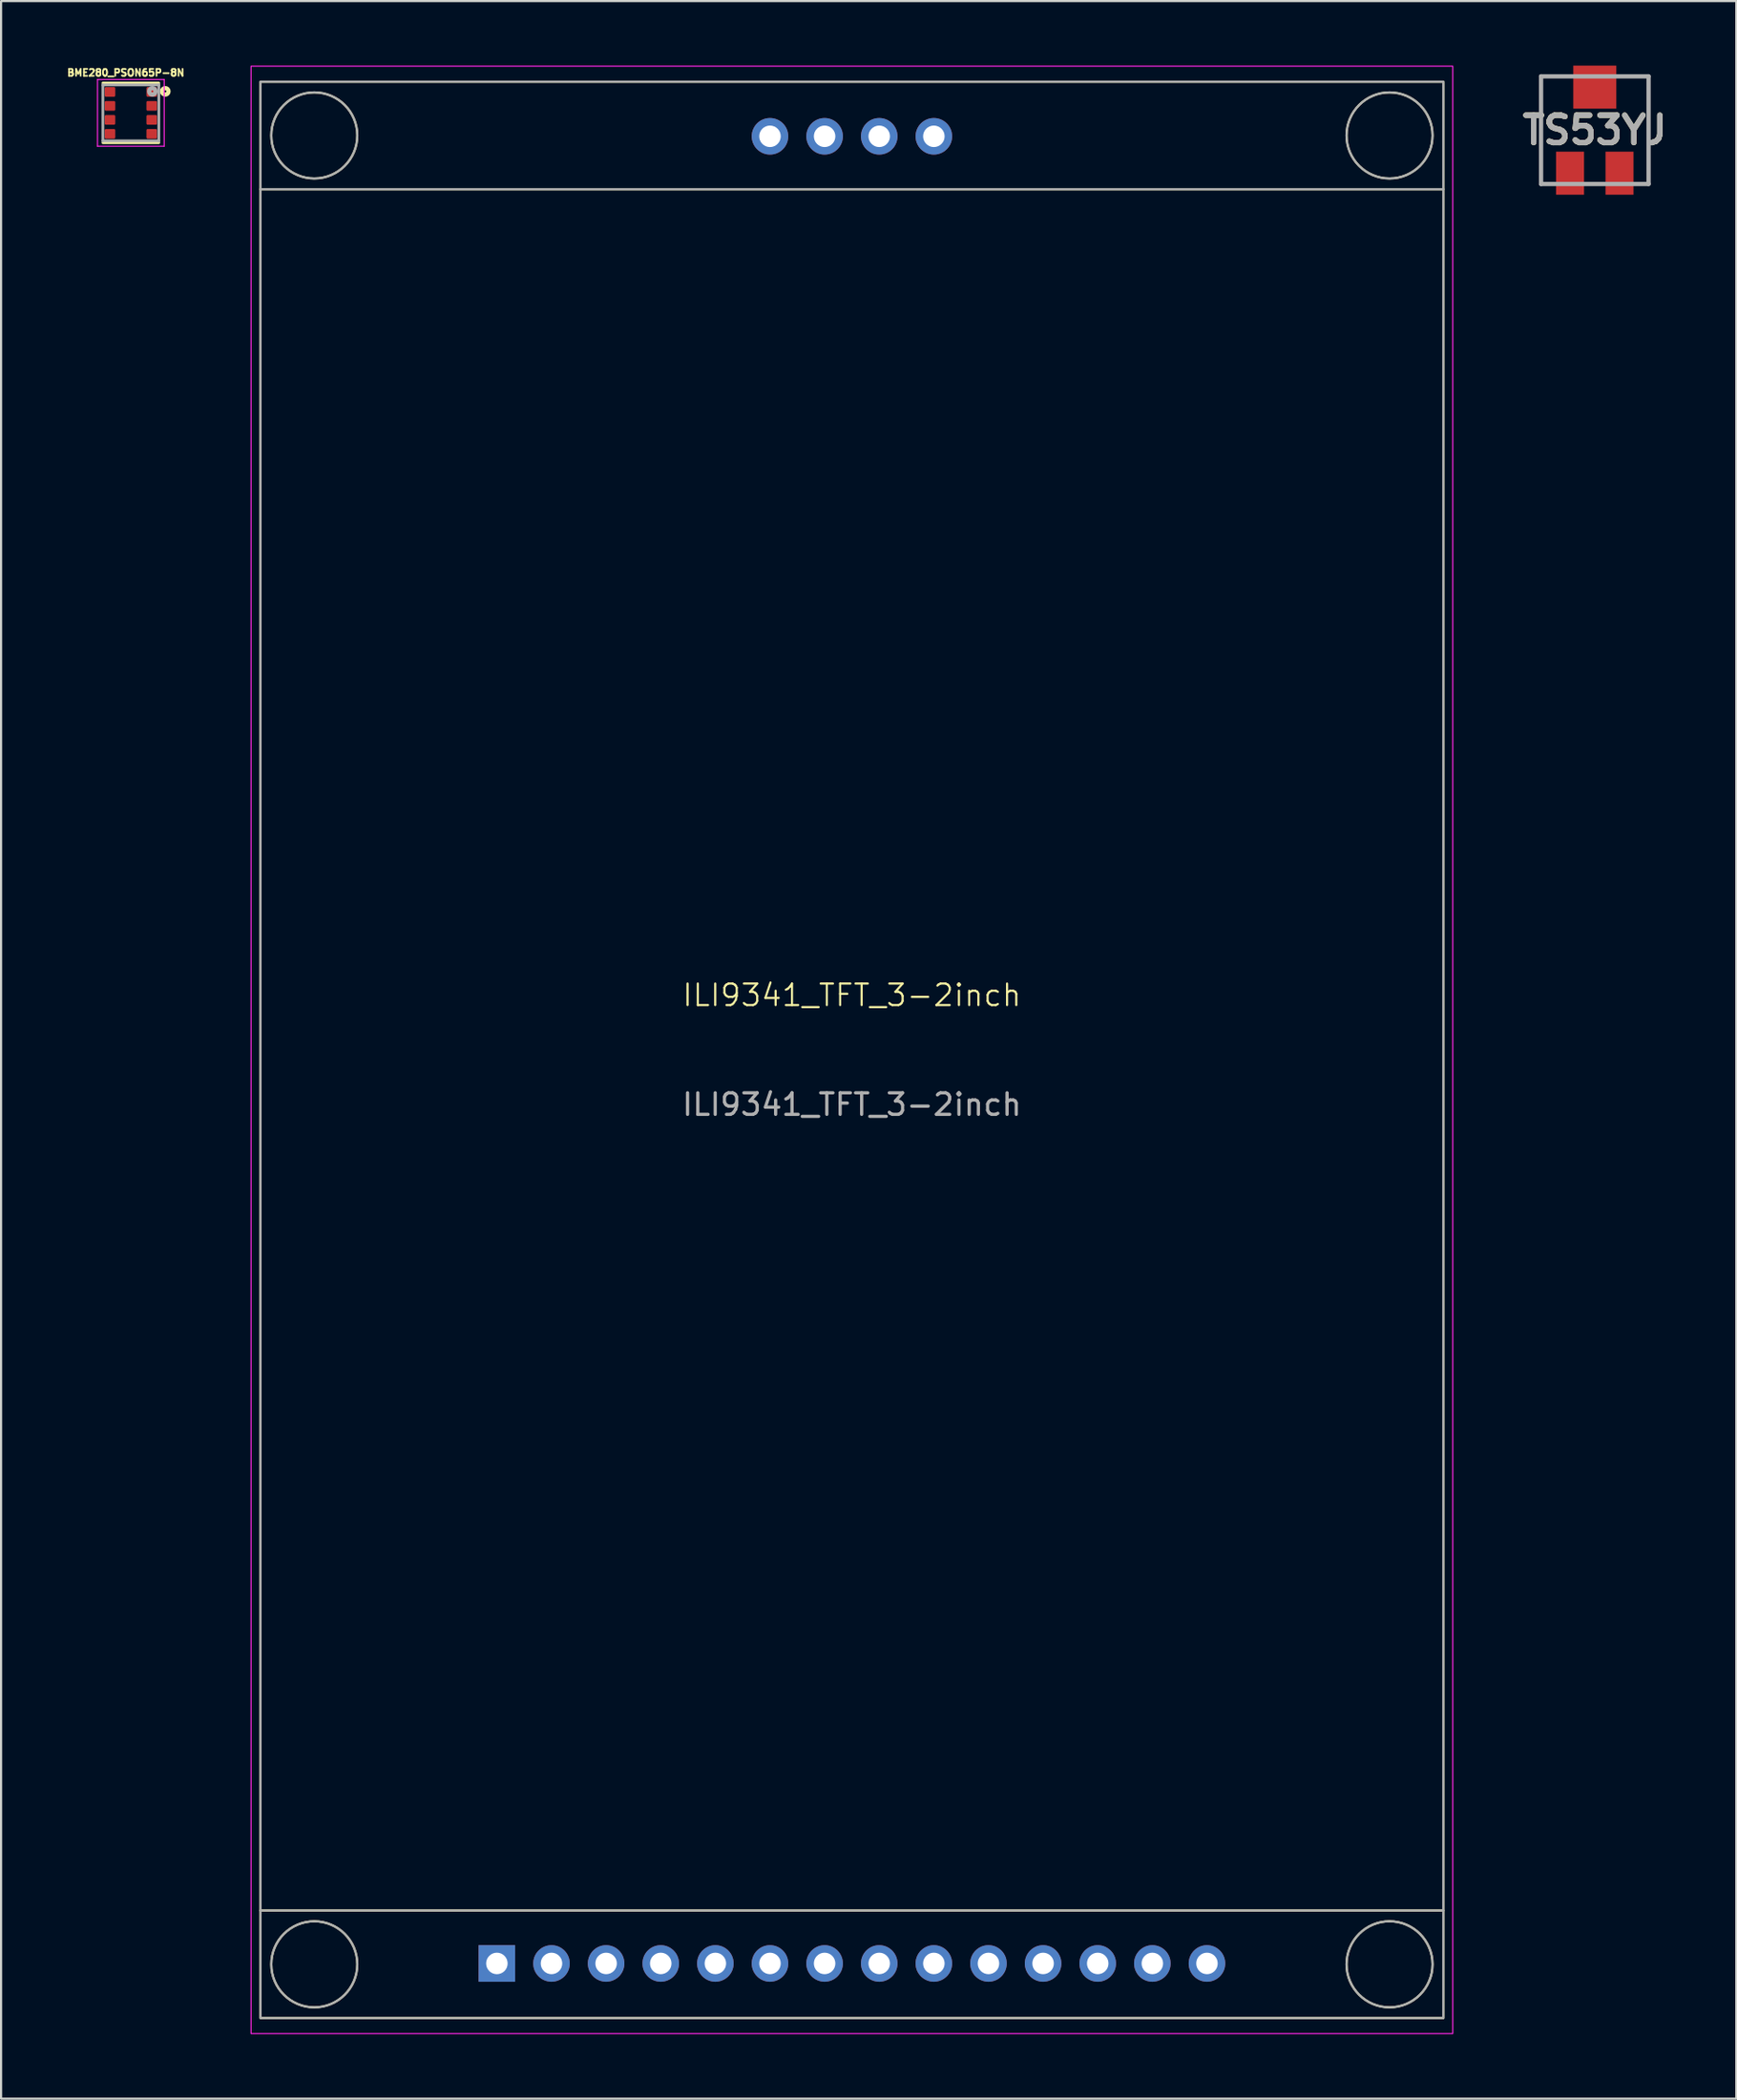
<source format=kicad_pcb>
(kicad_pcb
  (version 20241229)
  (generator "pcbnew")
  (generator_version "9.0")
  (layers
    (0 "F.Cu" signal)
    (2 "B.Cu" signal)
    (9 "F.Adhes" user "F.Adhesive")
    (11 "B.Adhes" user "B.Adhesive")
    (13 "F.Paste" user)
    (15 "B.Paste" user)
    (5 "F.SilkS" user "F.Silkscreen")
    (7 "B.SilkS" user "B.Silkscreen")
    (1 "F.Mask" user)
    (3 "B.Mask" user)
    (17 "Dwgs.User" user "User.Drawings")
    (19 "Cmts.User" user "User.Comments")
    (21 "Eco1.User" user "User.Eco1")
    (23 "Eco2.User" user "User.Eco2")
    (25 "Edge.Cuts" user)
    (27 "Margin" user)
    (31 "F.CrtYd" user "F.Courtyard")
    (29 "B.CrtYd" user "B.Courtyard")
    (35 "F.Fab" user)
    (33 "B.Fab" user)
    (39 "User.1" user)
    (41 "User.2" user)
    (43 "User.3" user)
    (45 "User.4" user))
  (footprint "ILI9341_TFT_3-2inch"
    (layer "F.Cu")
    (at 36.565 45.745)
    (property "Reference" "ILI9341_TFT_3-2inch" (at 0 -2.54 0) (unlocked yes) (layer "F.SilkS") (effects (font (size 1 1) (thickness 0.1))))
    (attr smd)
    (fp_line (start -27.5 -40) (end 27.5 -40) (stroke (width 0.1) (type default)) (layer "F.SilkS"))
    (fp_line (start -27.5 40) (end 27.5 40) (stroke (width 0.1) (type default)) (layer "F.SilkS"))
    (fp_rect (start -27.5 -45) (end 27.5 45) (stroke (width 0.1) (type default)) (fill no) (layer "F.SilkS"))
    (fp_circle (center -25 -42.5) (end -23 -42.5) (stroke (width 0.1) (type default)) (fill no) (layer "F.SilkS"))
    (fp_circle (center -25 42.5) (end -23 42.5) (stroke (width 0.1) (type default)) (fill no) (layer "F.SilkS"))
    (fp_circle (center 25 -42.5) (end 23 -42.5) (stroke (width 0.1) (type default)) (fill no) (layer "F.SilkS"))
    (fp_circle (center 25 42.5) (end 23 42.5) (stroke (width 0.1) (type default)) (fill no) (layer "F.SilkS"))
    (fp_rect (start -27.94 -45.72) (end 27.94 45.72) (stroke (width 0.05) (type default)) (fill no) (layer "F.CrtYd"))
    (fp_line (start -27.5 40) (end 27.5 40) (stroke (width 0.1) (type default)) (layer "F.Fab"))
    (fp_line (start 27.5 -40) (end -27.5 -40) (stroke (width 0.1) (type default)) (layer "F.Fab"))
    (fp_rect (start -27.5 -45) (end 27.5 45) (stroke (width 0.1) (type default)) (fill no) (layer "F.Fab"))
    (fp_circle (center -25 -42.5) (end -23 -42.5) (stroke (width 0.1) (type default)) (fill no) (layer "F.Fab"))
    (fp_circle (center -25 42.5) (end -23 42.5) (stroke (width 0.1) (type default)) (fill no) (layer "F.Fab"))
    (fp_circle (center 25 -42.5) (end 23 -42.5) (stroke (width 0.1) (type default)) (fill no) (layer "F.Fab"))
    (fp_circle (center 25 42.5) (end 27 42.5) (stroke (width 0.1) (type default)) (fill no) (layer "F.Fab"))
    (fp_text user "${REFERENCE}" (at 0 2.54 0) (unlocked yes) (layer "F.Fab") (effects (font (size 1 1) (thickness 0.15))))
    (pad "1" thru_hole rect (at -16.51 42.46) (size 1.7 1.7) (drill 1) (layers "*.Cu" "*.Mask"))
    (pad "2" thru_hole circle (at -13.97 42.46) (size 1.7 1.7) (drill 1) (layers "*.Cu" "*.Mask"))
    (pad "3" thru_hole circle (at -11.43 42.46) (size 1.7 1.7) (drill 1) (layers "*.Cu" "*.Mask"))
    (pad "4" thru_hole circle (at -8.89 42.46) (size 1.7 1.7) (drill 1) (layers "*.Cu" "*.Mask"))
    (pad "5" thru_hole circle (at -6.35 42.46) (size 1.7 1.7) (drill 1) (layers "*.Cu" "*.Mask"))
    (pad "6" thru_hole circle (at -3.81 42.46) (size 1.7 1.7) (drill 1) (layers "*.Cu" "*.Mask"))
    (pad "7" thru_hole circle (at -1.27 42.46) (size 1.7 1.7) (drill 1) (layers "*.Cu" "*.Mask"))
    (pad "8" thru_hole circle (at 1.27 42.46) (size 1.7 1.7) (drill 1) (layers "*.Cu" "*.Mask"))
    (pad "9" thru_hole circle (at 3.81 42.46) (size 1.7 1.7) (drill 1) (layers "*.Cu" "*.Mask"))
    (pad "10" thru_hole circle (at 6.35 42.46) (size 1.7 1.7) (drill 1) (layers "*.Cu" "*.Mask"))
    (pad "11" thru_hole circle (at 8.89 42.46) (size 1.7 1.7) (drill 1) (layers "*.Cu" "*.Mask"))
    (pad "12" thru_hole circle (at 11.43 42.46) (size 1.7 1.7) (drill 1) (layers "*.Cu" "*.Mask"))
    (pad "13" thru_hole circle (at 13.97 42.46) (size 1.7 1.7) (drill 1) (layers "*.Cu" "*.Mask"))
    (pad "14" thru_hole circle (at 16.51 42.46) (size 1.7 1.7) (drill 1) (layers "*.Cu" "*.Mask"))
    (pad "15" thru_hole circle (at -3.81 -42.46) (size 1.7 1.7) (drill 1) (layers "*.Cu" "*.Mask"))
    (pad "16" thru_hole circle (at -1.27 -42.46) (size 1.7 1.7) (drill 1) (layers "*.Cu" "*.Mask"))
    (pad "17" thru_hole circle (at 1.27 -42.46) (size 1.7 1.7) (drill 1) (layers "*.Cu" "*.Mask"))
    (pad "18" thru_hole circle (at 3.81 -42.46) (size 1.7 1.7) (drill 1) (layers "*.Cu" "*.Mask")))
  (footprint "TS53YJ"
    (layer "F.Cu")
    (at 71.11 3)
    (property "Reference" "TS53YJ" (at 0 0 0) (layer "F.SilkS") (effects (font (size 1.27 1.27) (thickness 0.254))))
    (attr smd)
    (fp_line (start -2.5 -2.5) (end -1.4 -2.5) (stroke (width 0.1) (type solid)) (layer "F.SilkS"))
    (fp_line (start -2.5 2.5) (end -2.5 -2.5) (stroke (width 0.1) (type solid)) (layer "F.SilkS"))
    (fp_line (start -2.5 2.5) (end -2.2 2.5) (stroke (width 0.1) (type solid)) (layer "F.SilkS"))
    (fp_line (start 2.5 -2.5) (end 1.4 -2.5) (stroke (width 0.1) (type solid)) (layer "F.SilkS"))
    (fp_line (start 2.5 -2.5) (end 2.5 2.5) (stroke (width 0.1) (type solid)) (layer "F.SilkS"))
    (fp_line (start 2.5 2.5) (end 2.2 2.5) (stroke (width 0.1) (type solid)) (layer "F.SilkS"))
    (fp_line (start -2.5 -2.5) (end -2.5 2.5) (stroke (width 0.2) (type solid)) (layer "F.Fab"))
    (fp_line (start -2.5 2.5) (end 2.5 2.5) (stroke (width 0.2) (type solid)) (layer "F.Fab"))
    (fp_line (start 2.5 -2.5) (end -2.5 -2.5) (stroke (width 0.2) (type solid)) (layer "F.Fab"))
    (fp_line (start 2.5 2.5) (end 2.5 -2.5) (stroke (width 0.2) (type solid)) (layer "F.Fab"))
    (fp_text user "${REFERENCE}" (at 0 0 0) (layer "F.Fab") (effects (font (size 1.27 1.27) (thickness 0.254))))
    (pad "A" smd rect (at 1.15 2) (size 1.3 2) (layers "F.Cu" "F.Mask" "F.Paste"))
    (pad "B" smd rect (at 0 -2 90) (size 2 2) (layers "F.Cu" "F.Mask" "F.Paste"))
    (pad "C" smd rect (at -1.15 2) (size 1.3 2) (layers "F.Cu" "F.Mask" "F.Paste")))
  (footprint "BME280_PSON65P-8N"
    (layer "F.Cu")
    (at 3.035 2.196)
    (property "Reference" "BME280_PSON65P-8N" (at -0.235 -1.867 0) (layer "F.SilkS") (effects (font (size 0.322 0.322) (thickness 0.15))))
    (attr smd)
    (fp_line (start -1.3 -1.385) (end 1.3 -1.385) (stroke (width 0.127) (type solid)) (layer "F.SilkS"))
    (fp_line (start -1.3 1.385) (end 1.3 1.385) (stroke (width 0.127) (type solid)) (layer "F.SilkS"))
    (fp_circle (center 1.6 -1) (end 1.65 -1) (stroke (width 0.2) (type solid)) (fill no) (layer "F.SilkS"))
    (fp_line (start -1.55 -1.55) (end 1.55 -1.55) (stroke (width 0.05) (type solid)) (layer "F.CrtYd"))
    (fp_line (start -1.55 1.55) (end -1.55 -1.55) (stroke (width 0.05) (type solid)) (layer "F.CrtYd"))
    (fp_line (start 1.55 -1.55) (end 1.55 1.55) (stroke (width 0.05) (type solid)) (layer "F.CrtYd"))
    (fp_line (start 1.55 1.55) (end -1.55 1.55) (stroke (width 0.05) (type solid)) (layer "F.CrtYd"))
    (fp_line (start -1.3 -1.3) (end -1.3 1.3) (stroke (width 0.127) (type solid)) (layer "F.Fab"))
    (fp_line (start -1.3 1.3) (end 1.3 1.3) (stroke (width 0.127) (type solid)) (layer "F.Fab"))
    (fp_line (start 1.3 -1.3) (end -1.3 -1.3) (stroke (width 0.127) (type solid)) (layer "F.Fab"))
    (fp_line (start 1.3 1.3) (end 1.3 -1.3) (stroke (width 0.127) (type solid)) (layer "F.Fab"))
    (fp_circle (center 1 -1) (end 1.05 -1) (stroke (width 0.2) (type solid)) (fill no) (layer "F.Fab"))
    (pad "1" smd roundrect (at 0.97 -0.975) (size 0.49 0.45) (layers "F.Cu" "F.Mask" "F.Paste") (roundrect_rratio 0.125))
    (pad "2" smd roundrect (at 0.97 -0.325) (size 0.49 0.45) (layers "F.Cu" "F.Mask" "F.Paste") (roundrect_rratio 0.125))
    (pad "3" smd roundrect (at 0.97 0.325) (size 0.49 0.45) (layers "F.Cu" "F.Mask" "F.Paste") (roundrect_rratio 0.125))
    (pad "4" smd roundrect (at 0.97 0.975) (size 0.49 0.45) (layers "F.Cu" "F.Mask" "F.Paste") (roundrect_rratio 0.125))
    (pad "5" smd roundrect (at -0.97 0.975) (size 0.49 0.45) (layers "F.Cu" "F.Mask" "F.Paste") (roundrect_rratio 0.125))
    (pad "6" smd roundrect (at -0.97 0.325) (size 0.49 0.45) (layers "F.Cu" "F.Mask" "F.Paste") (roundrect_rratio 0.125))
    (pad "7" smd roundrect (at -0.97 -0.325) (size 0.49 0.45) (layers "F.Cu" "F.Mask" "F.Paste") (roundrect_rratio 0.125))
    (pad "8" smd roundrect (at -0.97 -0.975) (size 0.49 0.45) (layers "F.Cu" "F.Mask" "F.Paste") (roundrect_rratio 0.125)))
  (gr_rect
    (start -3 -3)
    (end 77.691 94.49)
    (stroke (width 0.1) (type default))
    (fill no)
    (layer "Edge.Cuts")))
</source>
